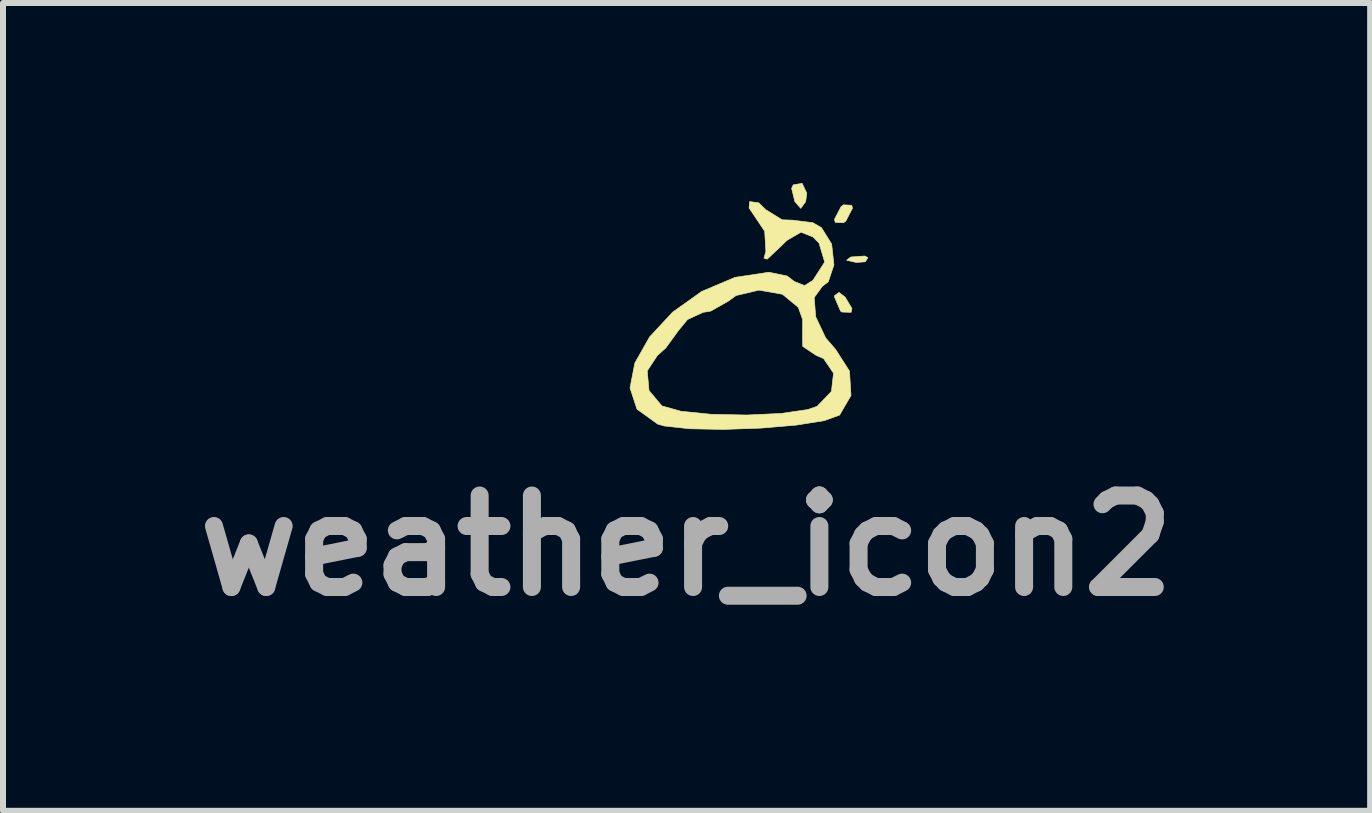
<source format=kicad_pcb>
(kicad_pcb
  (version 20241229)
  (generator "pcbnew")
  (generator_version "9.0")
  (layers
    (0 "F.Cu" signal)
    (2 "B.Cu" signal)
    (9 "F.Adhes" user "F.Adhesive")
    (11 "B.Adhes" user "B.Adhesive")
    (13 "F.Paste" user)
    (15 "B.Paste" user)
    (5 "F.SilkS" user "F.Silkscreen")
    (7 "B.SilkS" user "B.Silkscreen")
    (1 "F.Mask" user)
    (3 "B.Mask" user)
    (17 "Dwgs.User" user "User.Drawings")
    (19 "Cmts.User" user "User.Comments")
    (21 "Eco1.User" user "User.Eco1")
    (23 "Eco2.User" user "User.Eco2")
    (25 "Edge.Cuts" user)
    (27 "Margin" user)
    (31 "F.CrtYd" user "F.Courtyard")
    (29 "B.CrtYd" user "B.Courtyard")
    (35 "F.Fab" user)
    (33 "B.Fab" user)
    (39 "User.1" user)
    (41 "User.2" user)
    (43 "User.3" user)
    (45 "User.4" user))
  (footprint "weather_icon2"
    (layer "F.Cu")
    (at 9.659 2.231)
    (property "Reference" "weather_icon2" (at -1.27 3.81 0) (layer "F.Fab") (effects (font (size 1.524 1.524) (thickness 0.3))))
    (attr through_hole)
    (fp_poly (pts (xy 1.752 -0.987) (xy 1.708 -0.919) (xy 1.556 -0.908) (xy 1.397 -0.945) (xy 1.466 -0.999) (xy 1.7 -1.016) (xy 1.752 -0.987)) (stroke (width 0.01) (type solid)) (fill yes) (layer "F.SilkS"))
    (fp_poly (pts (xy 0.734 -2.061) (xy 0.715 -1.922) (xy 0.633 -1.809) (xy 0.535 -1.922) (xy 0.481 -2.142) (xy 0.508 -2.201) (xy 0.656 -2.226) (xy 0.734 -2.061)) (stroke (width 0.01) (type solid)) (fill yes) (layer "F.SilkS"))
    (fp_poly (pts (xy 1.372 -0.331) (xy 1.486 -0.141) (xy 1.472 -0.077) (xy 1.316 -0.082) (xy 1.295 -0.1) (xy 1.196 -0.33) (xy 1.195 -0.354) (xy 1.271 -0.409) (xy 1.372 -0.331)) (stroke (width 0.01) (type solid)) (fill yes) (layer "F.SilkS"))
    (fp_poly (pts (xy 1.483 -1.861) (xy 1.494 -1.811) (xy 1.385 -1.599) (xy 1.345 -1.569) (xy 1.207 -1.576) (xy 1.195 -1.626) (xy 1.304 -1.837) (xy 1.345 -1.868) (xy 1.483 -1.861)) (stroke (width 0.01) (type solid)) (fill yes) (layer "F.SilkS"))
    (fp_poly (pts (xy -0.067 -1.901) (xy 0.05 -1.787) (xy 0.322 -1.619) (xy 0.493 -1.613) (xy 0.833 -1.571) (xy 0.978 -1.488) (xy 1.148 -1.214) (xy 1.186 -0.868) (xy 1.092 -0.586) (xy 0.993 -0.511) (xy 0.857 -0.324) (xy 0.882 -0.003) (xy 1.048 0.349) (xy 1.211 0.537) (xy 1.445 0.902) (xy 1.47 1.309) (xy 1.28 1.635) (xy 1.024 1.728) (xy 0.558 1.802) (xy -0.03 1.852) (xy -0.651 1.874) (xy -1.216 1.863) (xy -1.639 1.817) (xy -1.751 1.785) (xy -2.096 1.536) (xy -2.212 1.183) (xy -2.157 0.899) (xy -1.925 0.899) (xy -1.895 1.226) (xy -1.681 1.482) (xy -1.365 1.571) (xy -0.859 1.622) (xy -0.267 1.634) (xy 0.304 1.608) (xy 0.75 1.543) (xy 0.906 1.489) (xy 1.144 1.241) (xy 1.179 0.937) (xy 1.014 0.694) (xy 0.888 0.639) (xy 0.665 0.49) (xy 0.663 0.343) (xy 0.665 0.045) (xy 0.592 -0.16) (xy 0.328 -0.378) (xy -0.064 -0.447) (xy -0.445 -0.357) (xy -0.574 -0.263) (xy -0.866 -0.098) (xy -0.997 -0.076) (xy -1.254 0.043) (xy -1.403 0.224) (xy -1.616 0.517) (xy -1.756 0.642) (xy -1.925 0.899) (xy -2.157 0.899) (xy -2.131 0.767) (xy -1.885 0.332) (xy -1.503 -0.079) (xy -1.019 -0.424) (xy -0.462 -0.66) (xy 0.103 -0.745) (xy 0.407 -0.682) (xy 0.527 -0.59) (xy 0.696 -0.523) (xy 0.835 -0.609) (xy 1.032 -0.915) (xy 0.937 -1.231) (xy 0.835 -1.334) (xy 0.637 -1.412) (xy 0.404 -1.277) (xy 0.29 -1.166) (xy 0.074 -0.963) (xy 0.02 -0.978) (xy 0.052 -1.094) (xy 0.032 -1.428) (xy -0.082 -1.598) (xy -0.228 -1.816) (xy -0.219 -1.923) (xy -0.067 -1.901)) (stroke (width 0.01) (type solid)) (fill yes) (layer "F.SilkS")))
  (gr_rect
    (start -3 -3)
    (end 19.779 10.459)
    (stroke (width 0.1) (type default))
    (fill no)
    (layer "Edge.Cuts")))
</source>
